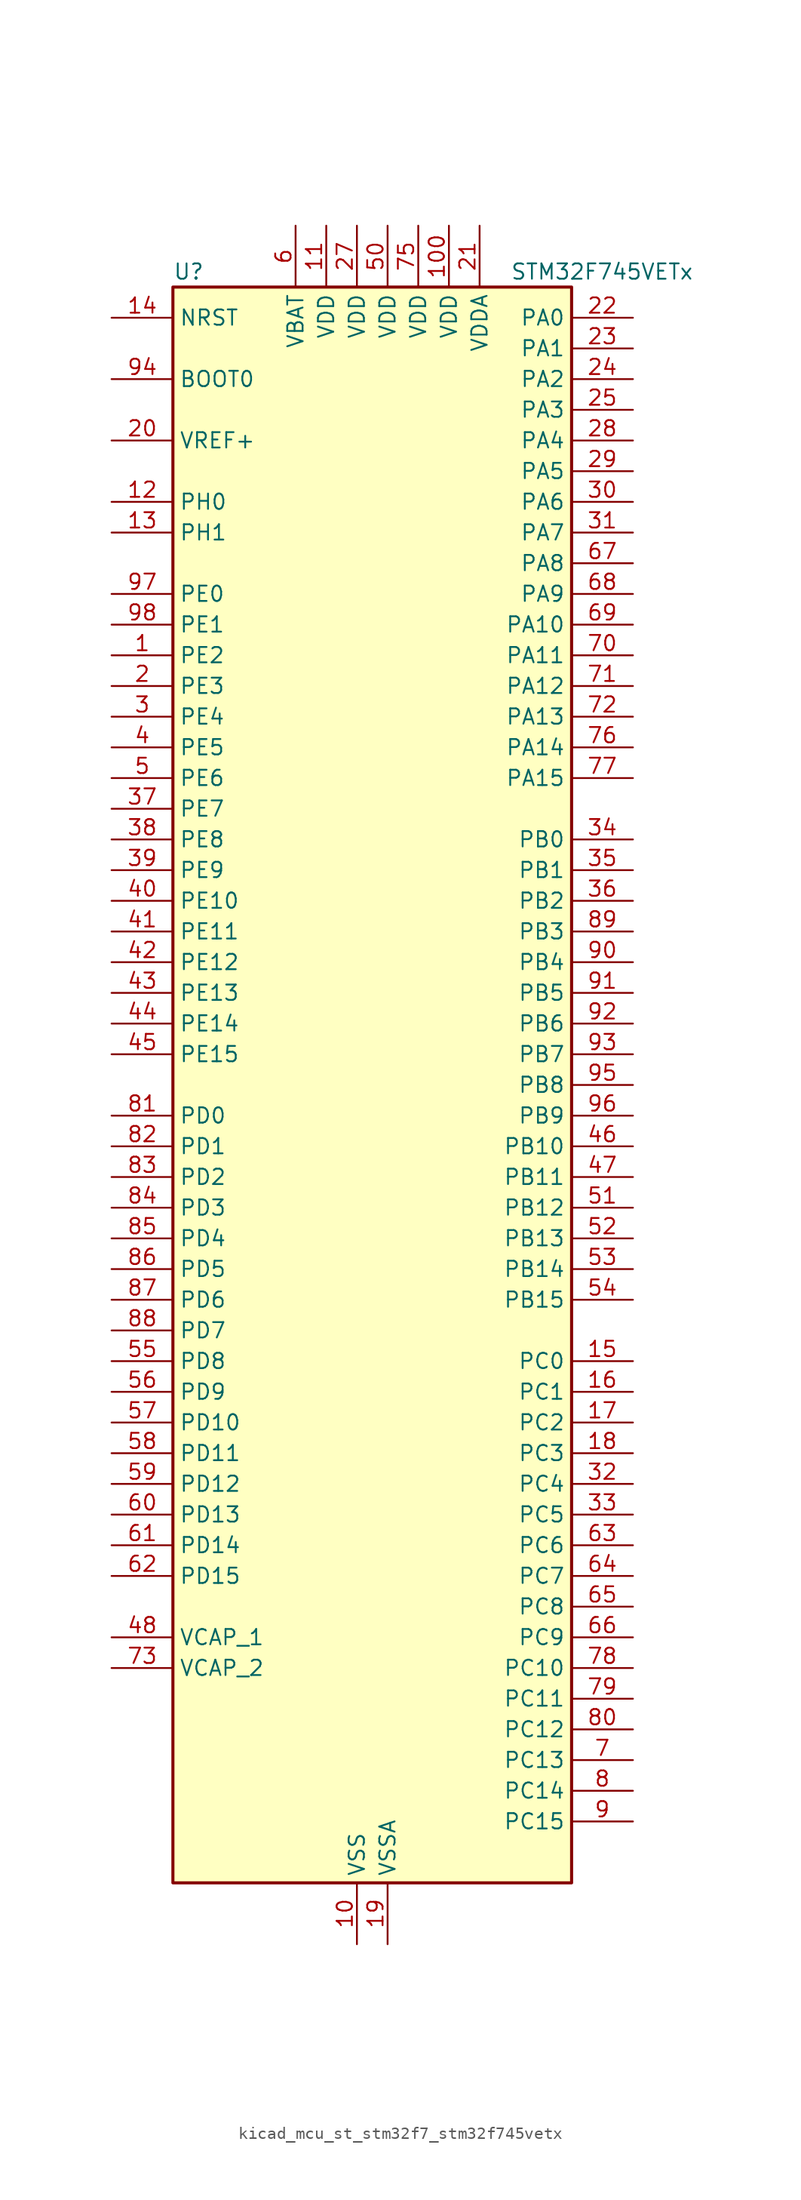
<source format=kicad_sym>
(kicad_symbol_lib
  (version 20220914)
  (generator kicad_symbol_editor)
  (symbol "kicad_mcu_st_stm32f7_stm32f745vetx"
    (property "Reference" "U"
      (at -15.24 67.31 0)
      (effects (font (size 1.27 1.27)) (justify left)))
    (property "Value" "STM32F745VETx"
      (at 12.7 67.31 0)
      (effects (font (size 1.27 1.27)) (justify left)))
    (property "ki_locked" ""
      (at 0 0 0)
      (effects (font (size 1.27 1.27))))
    (symbol "kicad_mcu_st_stm32f7_stm32f745vetx_0_1"
      (rectangle (start -15.24 -66.04) (end 17.78 66.04) (stroke (width 0.254) (type default)) (fill (type background))))
    (symbol "kicad_mcu_st_stm32f7_stm32f745vetx_1_1"
      (pin bidirectional line (at -20.32 35.56 0) (length 5.08) (name "PE2" (effects (font (size 1.27 1.27)))) (number "1" (effects (font (size 1.27 1.27)))) (alternate "ETH_TXD3" bidirectional line) (alternate "FMC_A23" bidirectional line) (alternate "QUADSPI_BK1_IO2" bidirectional line) (alternate "SAI1_MCLK_A" bidirectional line) (alternate "SPI4_SCK" bidirectional line) (alternate "SYS_TRACECLK" bidirectional line))
      (pin power_in line (at 0 -71.12 90) (length 5.08) (name "VSS" (effects (font (size 1.27 1.27)))) (number "10" (effects (font (size 1.27 1.27)))))
      (pin power_in line (at 7.62 71.12 270) (length 5.08) (name "VDD" (effects (font (size 1.27 1.27)))) (number "100" (effects (font (size 1.27 1.27)))))
      (pin power_in line (at -2.54 71.12 270) (length 5.08) (name "VDD" (effects (font (size 1.27 1.27)))) (number "11" (effects (font (size 1.27 1.27)))))
      (pin bidirectional line (at -20.32 48.26 0) (length 5.08) (name "PH0" (effects (font (size 1.27 1.27)))) (number "12" (effects (font (size 1.27 1.27)))) (alternate "RCC_OSC_IN" bidirectional line))
      (pin bidirectional line (at -20.32 45.72 0) (length 5.08) (name "PH1" (effects (font (size 1.27 1.27)))) (number "13" (effects (font (size 1.27 1.27)))) (alternate "RCC_OSC_OUT" bidirectional line))
      (pin input line (at -20.32 63.5 0) (length 5.08) (name "NRST" (effects (font (size 1.27 1.27)))) (number "14" (effects (font (size 1.27 1.27)))))
      (pin bidirectional line (at 22.86 -22.86 180) (length 5.08) (name "PC0" (effects (font (size 1.27 1.27)))) (number "15" (effects (font (size 1.27 1.27)))) (alternate "ADC1_IN10" bidirectional line) (alternate "ADC2_IN10" bidirectional line) (alternate "ADC3_IN10" bidirectional line) (alternate "FMC_SDNWE" bidirectional line) (alternate "SAI2_FS_B" bidirectional line) (alternate "USB_OTG_HS_ULPI_STP" bidirectional line))
      (pin bidirectional line (at 22.86 -25.4 180) (length 5.08) (name "PC1" (effects (font (size 1.27 1.27)))) (number "16" (effects (font (size 1.27 1.27)))) (alternate "ADC1_IN11" bidirectional line) (alternate "ADC2_IN11" bidirectional line) (alternate "ADC3_IN11" bidirectional line) (alternate "ETH_MDC" bidirectional line) (alternate "I2S2_SD" bidirectional line) (alternate "RTC_TAMP3" bidirectional line) (alternate "RTC_TS" bidirectional line) (alternate "SAI1_SD_A" bidirectional line) (alternate "SPI2_MOSI" bidirectional line) (alternate "SYS_TRACED0" bidirectional line) (alternate "SYS_WKUP3" bidirectional line))
      (pin bidirectional line (at 22.86 -27.94 180) (length 5.08) (name "PC2" (effects (font (size 1.27 1.27)))) (number "17" (effects (font (size 1.27 1.27)))) (alternate "ADC1_IN12" bidirectional line) (alternate "ADC2_IN12" bidirectional line) (alternate "ADC3_IN12" bidirectional line) (alternate "ETH_TXD2" bidirectional line) (alternate "FMC_SDNE0" bidirectional line) (alternate "SPI2_MISO" bidirectional line) (alternate "USB_OTG_HS_ULPI_DIR" bidirectional line))
      (pin bidirectional line (at 22.86 -30.48 180) (length 5.08) (name "PC3" (effects (font (size 1.27 1.27)))) (number "18" (effects (font (size 1.27 1.27)))) (alternate "ADC1_IN13" bidirectional line) (alternate "ADC2_IN13" bidirectional line) (alternate "ADC3_IN13" bidirectional line) (alternate "ETH_TX_CLK" bidirectional line) (alternate "FMC_SDCKE0" bidirectional line) (alternate "I2S2_SD" bidirectional line) (alternate "SPI2_MOSI" bidirectional line) (alternate "USB_OTG_HS_ULPI_NXT" bidirectional line))
      (pin power_in line (at 2.54 -71.12 90) (length 5.08) (name "VSSA" (effects (font (size 1.27 1.27)))) (number "19" (effects (font (size 1.27 1.27)))))
      (pin bidirectional line (at -20.32 33.02 0) (length 5.08) (name "PE3" (effects (font (size 1.27 1.27)))) (number "2" (effects (font (size 1.27 1.27)))) (alternate "FMC_A19" bidirectional line) (alternate "SAI1_SD_B" bidirectional line) (alternate "SYS_TRACED0" bidirectional line))
      (pin input line (at -20.32 53.34 0) (length 5.08) (name "VREF+" (effects (font (size 1.27 1.27)))) (number "20" (effects (font (size 1.27 1.27)))))
      (pin power_in line (at 10.16 71.12 270) (length 5.08) (name "VDDA" (effects (font (size 1.27 1.27)))) (number "21" (effects (font (size 1.27 1.27)))))
      (pin bidirectional line (at 22.86 63.5 180) (length 5.08) (name "PA0" (effects (font (size 1.27 1.27)))) (number "22" (effects (font (size 1.27 1.27)))) (alternate "ADC1_IN0" bidirectional line) (alternate "ADC2_IN0" bidirectional line) (alternate "ADC3_IN0" bidirectional line) (alternate "ETH_CRS" bidirectional line) (alternate "SAI2_SD_B" bidirectional line) (alternate "SYS_WKUP1" bidirectional line) (alternate "TIM2_CH1" bidirectional line) (alternate "TIM2_ETR" bidirectional line) (alternate "TIM5_CH1" bidirectional line) (alternate "TIM8_ETR" bidirectional line) (alternate "UART4_TX" bidirectional line) (alternate "USART2_CTS" bidirectional line))
      (pin bidirectional line (at 22.86 60.96 180) (length 5.08) (name "PA1" (effects (font (size 1.27 1.27)))) (number "23" (effects (font (size 1.27 1.27)))) (alternate "ADC1_IN1" bidirectional line) (alternate "ADC2_IN1" bidirectional line) (alternate "ADC3_IN1" bidirectional line) (alternate "ETH_REF_CLK" bidirectional line) (alternate "ETH_RX_CLK" bidirectional line) (alternate "QUADSPI_BK1_IO3" bidirectional line) (alternate "SAI2_MCLK_B" bidirectional line) (alternate "TIM2_CH2" bidirectional line) (alternate "TIM5_CH2" bidirectional line) (alternate "UART4_RX" bidirectional line) (alternate "USART2_DE" bidirectional line) (alternate "USART2_RTS" bidirectional line))
      (pin bidirectional line (at 22.86 58.42 180) (length 5.08) (name "PA2" (effects (font (size 1.27 1.27)))) (number "24" (effects (font (size 1.27 1.27)))) (alternate "ADC1_IN2" bidirectional line) (alternate "ADC2_IN2" bidirectional line) (alternate "ADC3_IN2" bidirectional line) (alternate "ETH_MDIO" bidirectional line) (alternate "SAI2_SCK_B" bidirectional line) (alternate "SYS_WKUP2" bidirectional line) (alternate "TIM2_CH3" bidirectional line) (alternate "TIM5_CH3" bidirectional line) (alternate "TIM9_CH1" bidirectional line) (alternate "USART2_TX" bidirectional line))
      (pin bidirectional line (at 22.86 55.88 180) (length 5.08) (name "PA3" (effects (font (size 1.27 1.27)))) (number "25" (effects (font (size 1.27 1.27)))) (alternate "ADC1_IN3" bidirectional line) (alternate "ADC2_IN3" bidirectional line) (alternate "ADC3_IN3" bidirectional line) (alternate "ETH_COL" bidirectional line) (alternate "TIM2_CH4" bidirectional line) (alternate "TIM5_CH4" bidirectional line) (alternate "TIM9_CH2" bidirectional line) (alternate "USART2_RX" bidirectional line) (alternate "USB_OTG_HS_ULPI_D0" bidirectional line))
      (pin passive line (at 0 -71.12 90) (length 5.08) hide (name "VSS" (effects (font (size 1.27 1.27)))) (number "26" (effects (font (size 1.27 1.27)))))
      (pin power_in line (at 0 71.12 270) (length 5.08) (name "VDD" (effects (font (size 1.27 1.27)))) (number "27" (effects (font (size 1.27 1.27)))))
      (pin bidirectional line (at 22.86 53.34 180) (length 5.08) (name "PA4" (effects (font (size 1.27 1.27)))) (number "28" (effects (font (size 1.27 1.27)))) (alternate "ADC1_IN4" bidirectional line) (alternate "ADC2_IN4" bidirectional line) (alternate "DAC_OUT1" bidirectional line) (alternate "DCMI_HSYNC" bidirectional line) (alternate "I2S1_WS" bidirectional line) (alternate "I2S3_WS" bidirectional line) (alternate "SPI1_NSS" bidirectional line) (alternate "SPI3_NSS" bidirectional line) (alternate "USART2_CK" bidirectional line) (alternate "USB_OTG_HS_SOF" bidirectional line))
      (pin bidirectional line (at 22.86 50.8 180) (length 5.08) (name "PA5" (effects (font (size 1.27 1.27)))) (number "29" (effects (font (size 1.27 1.27)))) (alternate "ADC1_IN5" bidirectional line) (alternate "ADC2_IN5" bidirectional line) (alternate "DAC_OUT2" bidirectional line) (alternate "I2S1_CK" bidirectional line) (alternate "SPI1_SCK" bidirectional line) (alternate "TIM2_CH1" bidirectional line) (alternate "TIM2_ETR" bidirectional line) (alternate "TIM8_CH1N" bidirectional line) (alternate "USB_OTG_HS_ULPI_CK" bidirectional line))
      (pin bidirectional line (at -20.32 30.48 0) (length 5.08) (name "PE4" (effects (font (size 1.27 1.27)))) (number "3" (effects (font (size 1.27 1.27)))) (alternate "DCMI_D4" bidirectional line) (alternate "FMC_A20" bidirectional line) (alternate "SAI1_FS_A" bidirectional line) (alternate "SPI4_NSS" bidirectional line) (alternate "SYS_TRACED1" bidirectional line))
      (pin bidirectional line (at 22.86 48.26 180) (length 5.08) (name "PA6" (effects (font (size 1.27 1.27)))) (number "30" (effects (font (size 1.27 1.27)))) (alternate "ADC1_IN6" bidirectional line) (alternate "ADC2_IN6" bidirectional line) (alternate "DCMI_PIXCLK" bidirectional line) (alternate "SPI1_MISO" bidirectional line) (alternate "TIM13_CH1" bidirectional line) (alternate "TIM1_BKIN" bidirectional line) (alternate "TIM3_CH1" bidirectional line) (alternate "TIM8_BKIN" bidirectional line))
      (pin bidirectional line (at 22.86 45.72 180) (length 5.08) (name "PA7" (effects (font (size 1.27 1.27)))) (number "31" (effects (font (size 1.27 1.27)))) (alternate "ADC1_IN7" bidirectional line) (alternate "ADC2_IN7" bidirectional line) (alternate "ETH_CRS_DV" bidirectional line) (alternate "ETH_RX_DV" bidirectional line) (alternate "FMC_SDNWE" bidirectional line) (alternate "I2S1_SD" bidirectional line) (alternate "SPI1_MOSI" bidirectional line) (alternate "TIM14_CH1" bidirectional line) (alternate "TIM1_CH1N" bidirectional line) (alternate "TIM3_CH2" bidirectional line) (alternate "TIM8_CH1N" bidirectional line))
      (pin bidirectional line (at 22.86 -33.02 180) (length 5.08) (name "PC4" (effects (font (size 1.27 1.27)))) (number "32" (effects (font (size 1.27 1.27)))) (alternate "ADC1_IN14" bidirectional line) (alternate "ADC2_IN14" bidirectional line) (alternate "ETH_RXD0" bidirectional line) (alternate "FMC_SDNE0" bidirectional line) (alternate "I2S1_MCK" bidirectional line) (alternate "SPDIFRX_IN2" bidirectional line))
      (pin bidirectional line (at 22.86 -35.56 180) (length 5.08) (name "PC5" (effects (font (size 1.27 1.27)))) (number "33" (effects (font (size 1.27 1.27)))) (alternate "ADC1_IN15" bidirectional line) (alternate "ADC2_IN15" bidirectional line) (alternate "ETH_RXD1" bidirectional line) (alternate "FMC_SDCKE0" bidirectional line) (alternate "SPDIFRX_IN3" bidirectional line))
      (pin bidirectional line (at 22.86 20.32 180) (length 5.08) (name "PB0" (effects (font (size 1.27 1.27)))) (number "34" (effects (font (size 1.27 1.27)))) (alternate "ADC1_IN8" bidirectional line) (alternate "ADC2_IN8" bidirectional line) (alternate "ETH_RXD2" bidirectional line) (alternate "TIM1_CH2N" bidirectional line) (alternate "TIM3_CH3" bidirectional line) (alternate "TIM8_CH2N" bidirectional line) (alternate "UART4_CTS" bidirectional line) (alternate "USB_OTG_HS_ULPI_D1" bidirectional line))
      (pin bidirectional line (at 22.86 17.78 180) (length 5.08) (name "PB1" (effects (font (size 1.27 1.27)))) (number "35" (effects (font (size 1.27 1.27)))) (alternate "ADC1_IN9" bidirectional line) (alternate "ADC2_IN9" bidirectional line) (alternate "ETH_RXD3" bidirectional line) (alternate "TIM1_CH3N" bidirectional line) (alternate "TIM3_CH4" bidirectional line) (alternate "TIM8_CH3N" bidirectional line) (alternate "USB_OTG_HS_ULPI_D2" bidirectional line))
      (pin bidirectional line (at 22.86 15.24 180) (length 5.08) (name "PB2" (effects (font (size 1.27 1.27)))) (number "36" (effects (font (size 1.27 1.27)))) (alternate "I2S3_SD" bidirectional line) (alternate "QUADSPI_CLK" bidirectional line) (alternate "SAI1_SD_A" bidirectional line) (alternate "SPI3_MOSI" bidirectional line))
      (pin bidirectional line (at -20.32 22.86 0) (length 5.08) (name "PE7" (effects (font (size 1.27 1.27)))) (number "37" (effects (font (size 1.27 1.27)))) (alternate "FMC_D4" bidirectional line) (alternate "FMC_DA4" bidirectional line) (alternate "QUADSPI_BK2_IO0" bidirectional line) (alternate "TIM1_ETR" bidirectional line) (alternate "UART7_RX" bidirectional line))
      (pin bidirectional line (at -20.32 20.32 0) (length 5.08) (name "PE8" (effects (font (size 1.27 1.27)))) (number "38" (effects (font (size 1.27 1.27)))) (alternate "FMC_D5" bidirectional line) (alternate "FMC_DA5" bidirectional line) (alternate "QUADSPI_BK2_IO1" bidirectional line) (alternate "TIM1_CH1N" bidirectional line) (alternate "UART7_TX" bidirectional line))
      (pin bidirectional line (at -20.32 17.78 0) (length 5.08) (name "PE9" (effects (font (size 1.27 1.27)))) (number "39" (effects (font (size 1.27 1.27)))) (alternate "DAC_EXTI9" bidirectional line) (alternate "FMC_D6" bidirectional line) (alternate "FMC_DA6" bidirectional line) (alternate "QUADSPI_BK2_IO2" bidirectional line) (alternate "TIM1_CH1" bidirectional line) (alternate "UART7_DE" bidirectional line) (alternate "UART7_RTS" bidirectional line))
      (pin bidirectional line (at -20.32 27.94 0) (length 5.08) (name "PE5" (effects (font (size 1.27 1.27)))) (number "4" (effects (font (size 1.27 1.27)))) (alternate "DCMI_D6" bidirectional line) (alternate "FMC_A21" bidirectional line) (alternate "SAI1_SCK_A" bidirectional line) (alternate "SPI4_MISO" bidirectional line) (alternate "SYS_TRACED2" bidirectional line) (alternate "TIM9_CH1" bidirectional line))
      (pin bidirectional line (at -20.32 15.24 0) (length 5.08) (name "PE10" (effects (font (size 1.27 1.27)))) (number "40" (effects (font (size 1.27 1.27)))) (alternate "FMC_D7" bidirectional line) (alternate "FMC_DA7" bidirectional line) (alternate "QUADSPI_BK2_IO3" bidirectional line) (alternate "TIM1_CH2N" bidirectional line) (alternate "UART7_CTS" bidirectional line))
      (pin bidirectional line (at -20.32 12.7 0) (length 5.08) (name "PE11" (effects (font (size 1.27 1.27)))) (number "41" (effects (font (size 1.27 1.27)))) (alternate "ADC1_EXTI11" bidirectional line) (alternate "ADC2_EXTI11" bidirectional line) (alternate "ADC3_EXTI11" bidirectional line) (alternate "FMC_D8" bidirectional line) (alternate "FMC_DA8" bidirectional line) (alternate "SAI2_SD_B" bidirectional line) (alternate "SPI4_NSS" bidirectional line) (alternate "TIM1_CH2" bidirectional line))
      (pin bidirectional line (at -20.32 10.16 0) (length 5.08) (name "PE12" (effects (font (size 1.27 1.27)))) (number "42" (effects (font (size 1.27 1.27)))) (alternate "FMC_D9" bidirectional line) (alternate "FMC_DA9" bidirectional line) (alternate "SAI2_SCK_B" bidirectional line) (alternate "SPI4_SCK" bidirectional line) (alternate "TIM1_CH3N" bidirectional line))
      (pin bidirectional line (at -20.32 7.62 0) (length 5.08) (name "PE13" (effects (font (size 1.27 1.27)))) (number "43" (effects (font (size 1.27 1.27)))) (alternate "FMC_D10" bidirectional line) (alternate "FMC_DA10" bidirectional line) (alternate "SAI2_FS_B" bidirectional line) (alternate "SPI4_MISO" bidirectional line) (alternate "TIM1_CH3" bidirectional line))
      (pin bidirectional line (at -20.32 5.08 0) (length 5.08) (name "PE14" (effects (font (size 1.27 1.27)))) (number "44" (effects (font (size 1.27 1.27)))) (alternate "FMC_D11" bidirectional line) (alternate "FMC_DA11" bidirectional line) (alternate "SAI2_MCLK_B" bidirectional line) (alternate "SPI4_MOSI" bidirectional line) (alternate "TIM1_CH4" bidirectional line))
      (pin bidirectional line (at -20.32 2.54 0) (length 5.08) (name "PE15" (effects (font (size 1.27 1.27)))) (number "45" (effects (font (size 1.27 1.27)))) (alternate "FMC_D12" bidirectional line) (alternate "FMC_DA12" bidirectional line) (alternate "TIM1_BKIN" bidirectional line))
      (pin bidirectional line (at 22.86 -5.08 180) (length 5.08) (name "PB10" (effects (font (size 1.27 1.27)))) (number "46" (effects (font (size 1.27 1.27)))) (alternate "ETH_RX_ER" bidirectional line) (alternate "I2C2_SCL" bidirectional line) (alternate "I2S2_CK" bidirectional line) (alternate "SPI2_SCK" bidirectional line) (alternate "TIM2_CH3" bidirectional line) (alternate "USART3_TX" bidirectional line) (alternate "USB_OTG_HS_ULPI_D3" bidirectional line))
      (pin bidirectional line (at 22.86 -7.62 180) (length 5.08) (name "PB11" (effects (font (size 1.27 1.27)))) (number "47" (effects (font (size 1.27 1.27)))) (alternate "ADC1_EXTI11" bidirectional line) (alternate "ADC2_EXTI11" bidirectional line) (alternate "ADC3_EXTI11" bidirectional line) (alternate "ETH_TX_EN" bidirectional line) (alternate "I2C2_SDA" bidirectional line) (alternate "TIM2_CH4" bidirectional line) (alternate "USART3_RX" bidirectional line) (alternate "USB_OTG_HS_ULPI_D4" bidirectional line))
      (pin power_out line (at -20.32 -45.72 0) (length 5.08) (name "VCAP_1" (effects (font (size 1.27 1.27)))) (number "48" (effects (font (size 1.27 1.27)))))
      (pin passive line (at 0 -71.12 90) (length 5.08) hide (name "VSS" (effects (font (size 1.27 1.27)))) (number "49" (effects (font (size 1.27 1.27)))))
      (pin bidirectional line (at -20.32 25.4 0) (length 5.08) (name "PE6" (effects (font (size 1.27 1.27)))) (number "5" (effects (font (size 1.27 1.27)))) (alternate "DCMI_D7" bidirectional line) (alternate "FMC_A22" bidirectional line) (alternate "SAI1_SD_A" bidirectional line) (alternate "SAI2_MCLK_B" bidirectional line) (alternate "SPI4_MOSI" bidirectional line) (alternate "SYS_TRACED3" bidirectional line) (alternate "TIM1_BKIN2" bidirectional line) (alternate "TIM9_CH2" bidirectional line))
      (pin power_in line (at 2.54 71.12 270) (length 5.08) (name "VDD" (effects (font (size 1.27 1.27)))) (number "50" (effects (font (size 1.27 1.27)))))
      (pin bidirectional line (at 22.86 -10.16 180) (length 5.08) (name "PB12" (effects (font (size 1.27 1.27)))) (number "51" (effects (font (size 1.27 1.27)))) (alternate "CAN2_RX" bidirectional line) (alternate "ETH_TXD0" bidirectional line) (alternate "I2C2_SMBA" bidirectional line) (alternate "I2S2_WS" bidirectional line) (alternate "SPI2_NSS" bidirectional line) (alternate "TIM1_BKIN" bidirectional line) (alternate "USART3_CK" bidirectional line) (alternate "USB_OTG_HS_ID" bidirectional line) (alternate "USB_OTG_HS_ULPI_D5" bidirectional line))
      (pin bidirectional line (at 22.86 -12.7 180) (length 5.08) (name "PB13" (effects (font (size 1.27 1.27)))) (number "52" (effects (font (size 1.27 1.27)))) (alternate "CAN2_TX" bidirectional line) (alternate "ETH_TXD1" bidirectional line) (alternate "I2S2_CK" bidirectional line) (alternate "SPI2_SCK" bidirectional line) (alternate "TIM1_CH1N" bidirectional line) (alternate "USART3_CTS" bidirectional line) (alternate "USB_OTG_HS_ULPI_D6" bidirectional line) (alternate "USB_OTG_HS_VBUS" bidirectional line))
      (pin bidirectional line (at 22.86 -15.24 180) (length 5.08) (name "PB14" (effects (font (size 1.27 1.27)))) (number "53" (effects (font (size 1.27 1.27)))) (alternate "SPI2_MISO" bidirectional line) (alternate "TIM12_CH1" bidirectional line) (alternate "TIM1_CH2N" bidirectional line) (alternate "TIM8_CH2N" bidirectional line) (alternate "USART3_DE" bidirectional line) (alternate "USART3_RTS" bidirectional line) (alternate "USB_OTG_HS_DM" bidirectional line))
      (pin bidirectional line (at 22.86 -17.78 180) (length 5.08) (name "PB15" (effects (font (size 1.27 1.27)))) (number "54" (effects (font (size 1.27 1.27)))) (alternate "I2S2_SD" bidirectional line) (alternate "RTC_REFIN" bidirectional line) (alternate "SPI2_MOSI" bidirectional line) (alternate "TIM12_CH2" bidirectional line) (alternate "TIM1_CH3N" bidirectional line) (alternate "TIM8_CH3N" bidirectional line) (alternate "USB_OTG_HS_DP" bidirectional line))
      (pin bidirectional line (at -20.32 -22.86 0) (length 5.08) (name "PD8" (effects (font (size 1.27 1.27)))) (number "55" (effects (font (size 1.27 1.27)))) (alternate "FMC_D13" bidirectional line) (alternate "FMC_DA13" bidirectional line) (alternate "SPDIFRX_IN1" bidirectional line) (alternate "USART3_TX" bidirectional line))
      (pin bidirectional line (at -20.32 -25.4 0) (length 5.08) (name "PD9" (effects (font (size 1.27 1.27)))) (number "56" (effects (font (size 1.27 1.27)))) (alternate "DAC_EXTI9" bidirectional line) (alternate "FMC_D14" bidirectional line) (alternate "FMC_DA14" bidirectional line) (alternate "USART3_RX" bidirectional line))
      (pin bidirectional line (at -20.32 -27.94 0) (length 5.08) (name "PD10" (effects (font (size 1.27 1.27)))) (number "57" (effects (font (size 1.27 1.27)))) (alternate "FMC_D15" bidirectional line) (alternate "FMC_DA15" bidirectional line) (alternate "USART3_CK" bidirectional line))
      (pin bidirectional line (at -20.32 -30.48 0) (length 5.08) (name "PD11" (effects (font (size 1.27 1.27)))) (number "58" (effects (font (size 1.27 1.27)))) (alternate "ADC1_EXTI11" bidirectional line) (alternate "ADC2_EXTI11" bidirectional line) (alternate "ADC3_EXTI11" bidirectional line) (alternate "FMC_A16" bidirectional line) (alternate "FMC_CLE" bidirectional line) (alternate "I2C4_SMBA" bidirectional line) (alternate "QUADSPI_BK1_IO0" bidirectional line) (alternate "SAI2_SD_A" bidirectional line) (alternate "USART3_CTS" bidirectional line))
      (pin bidirectional line (at -20.32 -33.02 0) (length 5.08) (name "PD12" (effects (font (size 1.27 1.27)))) (number "59" (effects (font (size 1.27 1.27)))) (alternate "FMC_A17" bidirectional line) (alternate "FMC_ALE" bidirectional line) (alternate "I2C4_SCL" bidirectional line) (alternate "LPTIM1_IN1" bidirectional line) (alternate "QUADSPI_BK1_IO1" bidirectional line) (alternate "SAI2_FS_A" bidirectional line) (alternate "TIM4_CH1" bidirectional line) (alternate "USART3_DE" bidirectional line) (alternate "USART3_RTS" bidirectional line))
      (pin power_in line (at -5.08 71.12 270) (length 5.08) (name "VBAT" (effects (font (size 1.27 1.27)))) (number "6" (effects (font (size 1.27 1.27)))))
      (pin bidirectional line (at -20.32 -35.56 0) (length 5.08) (name "PD13" (effects (font (size 1.27 1.27)))) (number "60" (effects (font (size 1.27 1.27)))) (alternate "FMC_A18" bidirectional line) (alternate "I2C4_SDA" bidirectional line) (alternate "LPTIM1_OUT" bidirectional line) (alternate "QUADSPI_BK1_IO3" bidirectional line) (alternate "SAI2_SCK_A" bidirectional line) (alternate "TIM4_CH2" bidirectional line))
      (pin bidirectional line (at -20.32 -38.1 0) (length 5.08) (name "PD14" (effects (font (size 1.27 1.27)))) (number "61" (effects (font (size 1.27 1.27)))) (alternate "FMC_D0" bidirectional line) (alternate "FMC_DA0" bidirectional line) (alternate "TIM4_CH3" bidirectional line) (alternate "UART8_CTS" bidirectional line))
      (pin bidirectional line (at -20.32 -40.64 0) (length 5.08) (name "PD15" (effects (font (size 1.27 1.27)))) (number "62" (effects (font (size 1.27 1.27)))) (alternate "FMC_D1" bidirectional line) (alternate "FMC_DA1" bidirectional line) (alternate "TIM4_CH4" bidirectional line) (alternate "UART8_DE" bidirectional line) (alternate "UART8_RTS" bidirectional line))
      (pin bidirectional line (at 22.86 -38.1 180) (length 5.08) (name "PC6" (effects (font (size 1.27 1.27)))) (number "63" (effects (font (size 1.27 1.27)))) (alternate "DCMI_D0" bidirectional line) (alternate "I2S2_MCK" bidirectional line) (alternate "SDMMC1_D6" bidirectional line) (alternate "TIM3_CH1" bidirectional line) (alternate "TIM8_CH1" bidirectional line) (alternate "USART6_TX" bidirectional line))
      (pin bidirectional line (at 22.86 -40.64 180) (length 5.08) (name "PC7" (effects (font (size 1.27 1.27)))) (number "64" (effects (font (size 1.27 1.27)))) (alternate "DCMI_D1" bidirectional line) (alternate "I2S3_MCK" bidirectional line) (alternate "SDMMC1_D7" bidirectional line) (alternate "TIM3_CH2" bidirectional line) (alternate "TIM8_CH2" bidirectional line) (alternate "USART6_RX" bidirectional line))
      (pin bidirectional line (at 22.86 -43.18 180) (length 5.08) (name "PC8" (effects (font (size 1.27 1.27)))) (number "65" (effects (font (size 1.27 1.27)))) (alternate "DCMI_D2" bidirectional line) (alternate "SDMMC1_D0" bidirectional line) (alternate "SYS_TRACED1" bidirectional line) (alternate "TIM3_CH3" bidirectional line) (alternate "TIM8_CH3" bidirectional line) (alternate "UART5_DE" bidirectional line) (alternate "UART5_RTS" bidirectional line) (alternate "USART6_CK" bidirectional line))
      (pin bidirectional line (at 22.86 -45.72 180) (length 5.08) (name "PC9" (effects (font (size 1.27 1.27)))) (number "66" (effects (font (size 1.27 1.27)))) (alternate "DAC_EXTI9" bidirectional line) (alternate "DCMI_D3" bidirectional line) (alternate "I2C3_SDA" bidirectional line) (alternate "I2S_CKIN" bidirectional line) (alternate "QUADSPI_BK1_IO0" bidirectional line) (alternate "RCC_MCO_2" bidirectional line) (alternate "SDMMC1_D1" bidirectional line) (alternate "TIM3_CH4" bidirectional line) (alternate "TIM8_CH4" bidirectional line) (alternate "UART5_CTS" bidirectional line))
      (pin bidirectional line (at 22.86 43.18 180) (length 5.08) (name "PA8" (effects (font (size 1.27 1.27)))) (number "67" (effects (font (size 1.27 1.27)))) (alternate "I2C3_SCL" bidirectional line) (alternate "RCC_MCO_1" bidirectional line) (alternate "TIM1_CH1" bidirectional line) (alternate "TIM8_BKIN2" bidirectional line) (alternate "USART1_CK" bidirectional line) (alternate "USB_OTG_FS_SOF" bidirectional line))
      (pin bidirectional line (at 22.86 40.64 180) (length 5.08) (name "PA9" (effects (font (size 1.27 1.27)))) (number "68" (effects (font (size 1.27 1.27)))) (alternate "DAC_EXTI9" bidirectional line) (alternate "DCMI_D0" bidirectional line) (alternate "I2C3_SMBA" bidirectional line) (alternate "I2S2_CK" bidirectional line) (alternate "SPI2_SCK" bidirectional line) (alternate "TIM1_CH2" bidirectional line) (alternate "USART1_TX" bidirectional line) (alternate "USB_OTG_FS_VBUS" bidirectional line))
      (pin bidirectional line (at 22.86 38.1 180) (length 5.08) (name "PA10" (effects (font (size 1.27 1.27)))) (number "69" (effects (font (size 1.27 1.27)))) (alternate "DCMI_D1" bidirectional line) (alternate "TIM1_CH3" bidirectional line) (alternate "USART1_RX" bidirectional line) (alternate "USB_OTG_FS_ID" bidirectional line))
      (pin bidirectional line (at 22.86 -55.88 180) (length 5.08) (name "PC13" (effects (font (size 1.27 1.27)))) (number "7" (effects (font (size 1.27 1.27)))) (alternate "RTC_OUT" bidirectional line) (alternate "RTC_TAMP1" bidirectional line) (alternate "RTC_TS" bidirectional line) (alternate "SYS_WKUP4" bidirectional line))
      (pin bidirectional line (at 22.86 35.56 180) (length 5.08) (name "PA11" (effects (font (size 1.27 1.27)))) (number "70" (effects (font (size 1.27 1.27)))) (alternate "ADC1_EXTI11" bidirectional line) (alternate "ADC2_EXTI11" bidirectional line) (alternate "ADC3_EXTI11" bidirectional line) (alternate "CAN1_RX" bidirectional line) (alternate "TIM1_CH4" bidirectional line) (alternate "USART1_CTS" bidirectional line) (alternate "USB_OTG_FS_DM" bidirectional line))
      (pin bidirectional line (at 22.86 33.02 180) (length 5.08) (name "PA12" (effects (font (size 1.27 1.27)))) (number "71" (effects (font (size 1.27 1.27)))) (alternate "CAN1_TX" bidirectional line) (alternate "SAI2_FS_B" bidirectional line) (alternate "TIM1_ETR" bidirectional line) (alternate "USART1_DE" bidirectional line) (alternate "USART1_RTS" bidirectional line) (alternate "USB_OTG_FS_DP" bidirectional line))
      (pin bidirectional line (at 22.86 30.48 180) (length 5.08) (name "PA13" (effects (font (size 1.27 1.27)))) (number "72" (effects (font (size 1.27 1.27)))) (alternate "SYS_JTMS-SWDIO" bidirectional line))
      (pin power_out line (at -20.32 -48.26 0) (length 5.08) (name "VCAP_2" (effects (font (size 1.27 1.27)))) (number "73" (effects (font (size 1.27 1.27)))))
      (pin passive line (at 0 -71.12 90) (length 5.08) hide (name "VSS" (effects (font (size 1.27 1.27)))) (number "74" (effects (font (size 1.27 1.27)))))
      (pin power_in line (at 5.08 71.12 270) (length 5.08) (name "VDD" (effects (font (size 1.27 1.27)))) (number "75" (effects (font (size 1.27 1.27)))))
      (pin bidirectional line (at 22.86 27.94 180) (length 5.08) (name "PA14" (effects (font (size 1.27 1.27)))) (number "76" (effects (font (size 1.27 1.27)))) (alternate "SYS_JTCK-SWCLK" bidirectional line))
      (pin bidirectional line (at 22.86 25.4 180) (length 5.08) (name "PA15" (effects (font (size 1.27 1.27)))) (number "77" (effects (font (size 1.27 1.27)))) (alternate "CEC" bidirectional line) (alternate "I2S1_WS" bidirectional line) (alternate "I2S3_WS" bidirectional line) (alternate "SPI1_NSS" bidirectional line) (alternate "SPI3_NSS" bidirectional line) (alternate "SYS_JTDI" bidirectional line) (alternate "TIM2_CH1" bidirectional line) (alternate "TIM2_ETR" bidirectional line) (alternate "UART4_DE" bidirectional line) (alternate "UART4_RTS" bidirectional line))
      (pin bidirectional line (at 22.86 -48.26 180) (length 5.08) (name "PC10" (effects (font (size 1.27 1.27)))) (number "78" (effects (font (size 1.27 1.27)))) (alternate "DCMI_D8" bidirectional line) (alternate "I2S3_CK" bidirectional line) (alternate "QUADSPI_BK1_IO1" bidirectional line) (alternate "SDMMC1_D2" bidirectional line) (alternate "SPI3_SCK" bidirectional line) (alternate "UART4_TX" bidirectional line) (alternate "USART3_TX" bidirectional line))
      (pin bidirectional line (at 22.86 -50.8 180) (length 5.08) (name "PC11" (effects (font (size 1.27 1.27)))) (number "79" (effects (font (size 1.27 1.27)))) (alternate "ADC1_EXTI11" bidirectional line) (alternate "ADC2_EXTI11" bidirectional line) (alternate "ADC3_EXTI11" bidirectional line) (alternate "DCMI_D4" bidirectional line) (alternate "QUADSPI_BK2_NCS" bidirectional line) (alternate "SDMMC1_D3" bidirectional line) (alternate "SPI3_MISO" bidirectional line) (alternate "UART4_RX" bidirectional line) (alternate "USART3_RX" bidirectional line))
      (pin bidirectional line (at 22.86 -58.42 180) (length 5.08) (name "PC14" (effects (font (size 1.27 1.27)))) (number "8" (effects (font (size 1.27 1.27)))) (alternate "RCC_OSC32_IN" bidirectional line))
      (pin bidirectional line (at 22.86 -53.34 180) (length 5.08) (name "PC12" (effects (font (size 1.27 1.27)))) (number "80" (effects (font (size 1.27 1.27)))) (alternate "DCMI_D9" bidirectional line) (alternate "I2S3_SD" bidirectional line) (alternate "SDMMC1_CK" bidirectional line) (alternate "SPI3_MOSI" bidirectional line) (alternate "SYS_TRACED3" bidirectional line) (alternate "UART5_TX" bidirectional line) (alternate "USART3_CK" bidirectional line))
      (pin bidirectional line (at -20.32 -2.54 0) (length 5.08) (name "PD0" (effects (font (size 1.27 1.27)))) (number "81" (effects (font (size 1.27 1.27)))) (alternate "CAN1_RX" bidirectional line) (alternate "FMC_D2" bidirectional line) (alternate "FMC_DA2" bidirectional line))
      (pin bidirectional line (at -20.32 -5.08 0) (length 5.08) (name "PD1" (effects (font (size 1.27 1.27)))) (number "82" (effects (font (size 1.27 1.27)))) (alternate "CAN1_TX" bidirectional line) (alternate "FMC_D3" bidirectional line) (alternate "FMC_DA3" bidirectional line))
      (pin bidirectional line (at -20.32 -7.62 0) (length 5.08) (name "PD2" (effects (font (size 1.27 1.27)))) (number "83" (effects (font (size 1.27 1.27)))) (alternate "DCMI_D11" bidirectional line) (alternate "SDMMC1_CMD" bidirectional line) (alternate "SYS_TRACED2" bidirectional line) (alternate "TIM3_ETR" bidirectional line) (alternate "UART5_RX" bidirectional line))
      (pin bidirectional line (at -20.32 -10.16 0) (length 5.08) (name "PD3" (effects (font (size 1.27 1.27)))) (number "84" (effects (font (size 1.27 1.27)))) (alternate "DCMI_D5" bidirectional line) (alternate "FMC_CLK" bidirectional line) (alternate "I2S2_CK" bidirectional line) (alternate "SPI2_SCK" bidirectional line) (alternate "USART2_CTS" bidirectional line))
      (pin bidirectional line (at -20.32 -12.7 0) (length 5.08) (name "PD4" (effects (font (size 1.27 1.27)))) (number "85" (effects (font (size 1.27 1.27)))) (alternate "FMC_NOE" bidirectional line) (alternate "USART2_DE" bidirectional line) (alternate "USART2_RTS" bidirectional line))
      (pin bidirectional line (at -20.32 -15.24 0) (length 5.08) (name "PD5" (effects (font (size 1.27 1.27)))) (number "86" (effects (font (size 1.27 1.27)))) (alternate "FMC_NWE" bidirectional line) (alternate "USART2_TX" bidirectional line))
      (pin bidirectional line (at -20.32 -17.78 0) (length 5.08) (name "PD6" (effects (font (size 1.27 1.27)))) (number "87" (effects (font (size 1.27 1.27)))) (alternate "DCMI_D10" bidirectional line) (alternate "FMC_NWAIT" bidirectional line) (alternate "I2S3_SD" bidirectional line) (alternate "SAI1_SD_A" bidirectional line) (alternate "SPI3_MOSI" bidirectional line) (alternate "USART2_RX" bidirectional line))
      (pin bidirectional line (at -20.32 -20.32 0) (length 5.08) (name "PD7" (effects (font (size 1.27 1.27)))) (number "88" (effects (font (size 1.27 1.27)))) (alternate "FMC_NE1" bidirectional line) (alternate "SPDIFRX_IN0" bidirectional line) (alternate "USART2_CK" bidirectional line))
      (pin bidirectional line (at 22.86 12.7 180) (length 5.08) (name "PB3" (effects (font (size 1.27 1.27)))) (number "89" (effects (font (size 1.27 1.27)))) (alternate "I2S1_CK" bidirectional line) (alternate "I2S3_CK" bidirectional line) (alternate "SPI1_SCK" bidirectional line) (alternate "SPI3_SCK" bidirectional line) (alternate "SYS_JTDO-SWO" bidirectional line) (alternate "TIM2_CH2" bidirectional line))
      (pin bidirectional line (at 22.86 -60.96 180) (length 5.08) (name "PC15" (effects (font (size 1.27 1.27)))) (number "9" (effects (font (size 1.27 1.27)))) (alternate "RCC_OSC32_OUT" bidirectional line))
      (pin bidirectional line (at 22.86 10.16 180) (length 5.08) (name "PB4" (effects (font (size 1.27 1.27)))) (number "90" (effects (font (size 1.27 1.27)))) (alternate "I2S2_WS" bidirectional line) (alternate "SPI1_MISO" bidirectional line) (alternate "SPI2_NSS" bidirectional line) (alternate "SPI3_MISO" bidirectional line) (alternate "SYS_JTRST" bidirectional line) (alternate "TIM3_CH1" bidirectional line))
      (pin bidirectional line (at 22.86 7.62 180) (length 5.08) (name "PB5" (effects (font (size 1.27 1.27)))) (number "91" (effects (font (size 1.27 1.27)))) (alternate "CAN2_RX" bidirectional line) (alternate "DCMI_D10" bidirectional line) (alternate "ETH_PPS_OUT" bidirectional line) (alternate "FMC_SDCKE1" bidirectional line) (alternate "I2C1_SMBA" bidirectional line) (alternate "I2S1_SD" bidirectional line) (alternate "I2S3_SD" bidirectional line) (alternate "SPI1_MOSI" bidirectional line) (alternate "SPI3_MOSI" bidirectional line) (alternate "TIM3_CH2" bidirectional line) (alternate "USB_OTG_HS_ULPI_D7" bidirectional line))
      (pin bidirectional line (at 22.86 5.08 180) (length 5.08) (name "PB6" (effects (font (size 1.27 1.27)))) (number "92" (effects (font (size 1.27 1.27)))) (alternate "CAN2_TX" bidirectional line) (alternate "CEC" bidirectional line) (alternate "DCMI_D5" bidirectional line) (alternate "FMC_SDNE1" bidirectional line) (alternate "I2C1_SCL" bidirectional line) (alternate "QUADSPI_BK1_NCS" bidirectional line) (alternate "TIM4_CH1" bidirectional line) (alternate "USART1_TX" bidirectional line))
      (pin bidirectional line (at 22.86 2.54 180) (length 5.08) (name "PB7" (effects (font (size 1.27 1.27)))) (number "93" (effects (font (size 1.27 1.27)))) (alternate "DCMI_VSYNC" bidirectional line) (alternate "FMC_NL" bidirectional line) (alternate "I2C1_SDA" bidirectional line) (alternate "TIM4_CH2" bidirectional line) (alternate "USART1_RX" bidirectional line))
      (pin input line (at -20.32 58.42 0) (length 5.08) (name "BOOT0" (effects (font (size 1.27 1.27)))) (number "94" (effects (font (size 1.27 1.27)))))
      (pin bidirectional line (at 22.86 0 180) (length 5.08) (name "PB8" (effects (font (size 1.27 1.27)))) (number "95" (effects (font (size 1.27 1.27)))) (alternate "CAN1_RX" bidirectional line) (alternate "DCMI_D6" bidirectional line) (alternate "ETH_TXD3" bidirectional line) (alternate "I2C1_SCL" bidirectional line) (alternate "SDMMC1_D4" bidirectional line) (alternate "TIM10_CH1" bidirectional line) (alternate "TIM4_CH3" bidirectional line))
      (pin bidirectional line (at 22.86 -2.54 180) (length 5.08) (name "PB9" (effects (font (size 1.27 1.27)))) (number "96" (effects (font (size 1.27 1.27)))) (alternate "CAN1_TX" bidirectional line) (alternate "DAC_EXTI9" bidirectional line) (alternate "DCMI_D7" bidirectional line) (alternate "I2C1_SDA" bidirectional line) (alternate "I2S2_WS" bidirectional line) (alternate "SDMMC1_D5" bidirectional line) (alternate "SPI2_NSS" bidirectional line) (alternate "TIM11_CH1" bidirectional line) (alternate "TIM4_CH4" bidirectional line))
      (pin bidirectional line (at -20.32 40.64 0) (length 5.08) (name "PE0" (effects (font (size 1.27 1.27)))) (number "97" (effects (font (size 1.27 1.27)))) (alternate "DCMI_D2" bidirectional line) (alternate "FMC_NBL0" bidirectional line) (alternate "LPTIM1_ETR" bidirectional line) (alternate "SAI2_MCLK_A" bidirectional line) (alternate "TIM4_ETR" bidirectional line) (alternate "UART8_RX" bidirectional line))
      (pin bidirectional line (at -20.32 38.1 0) (length 5.08) (name "PE1" (effects (font (size 1.27 1.27)))) (number "98" (effects (font (size 1.27 1.27)))) (alternate "DCMI_D3" bidirectional line) (alternate "FMC_NBL1" bidirectional line) (alternate "LPTIM1_IN2" bidirectional line) (alternate "UART8_TX" bidirectional line))
      (pin passive line (at 0 -71.12 90) (length 5.08) hide (name "VSS" (effects (font (size 1.27 1.27)))) (number "99" (effects (font (size 1.27 1.27))))))))
</source>
